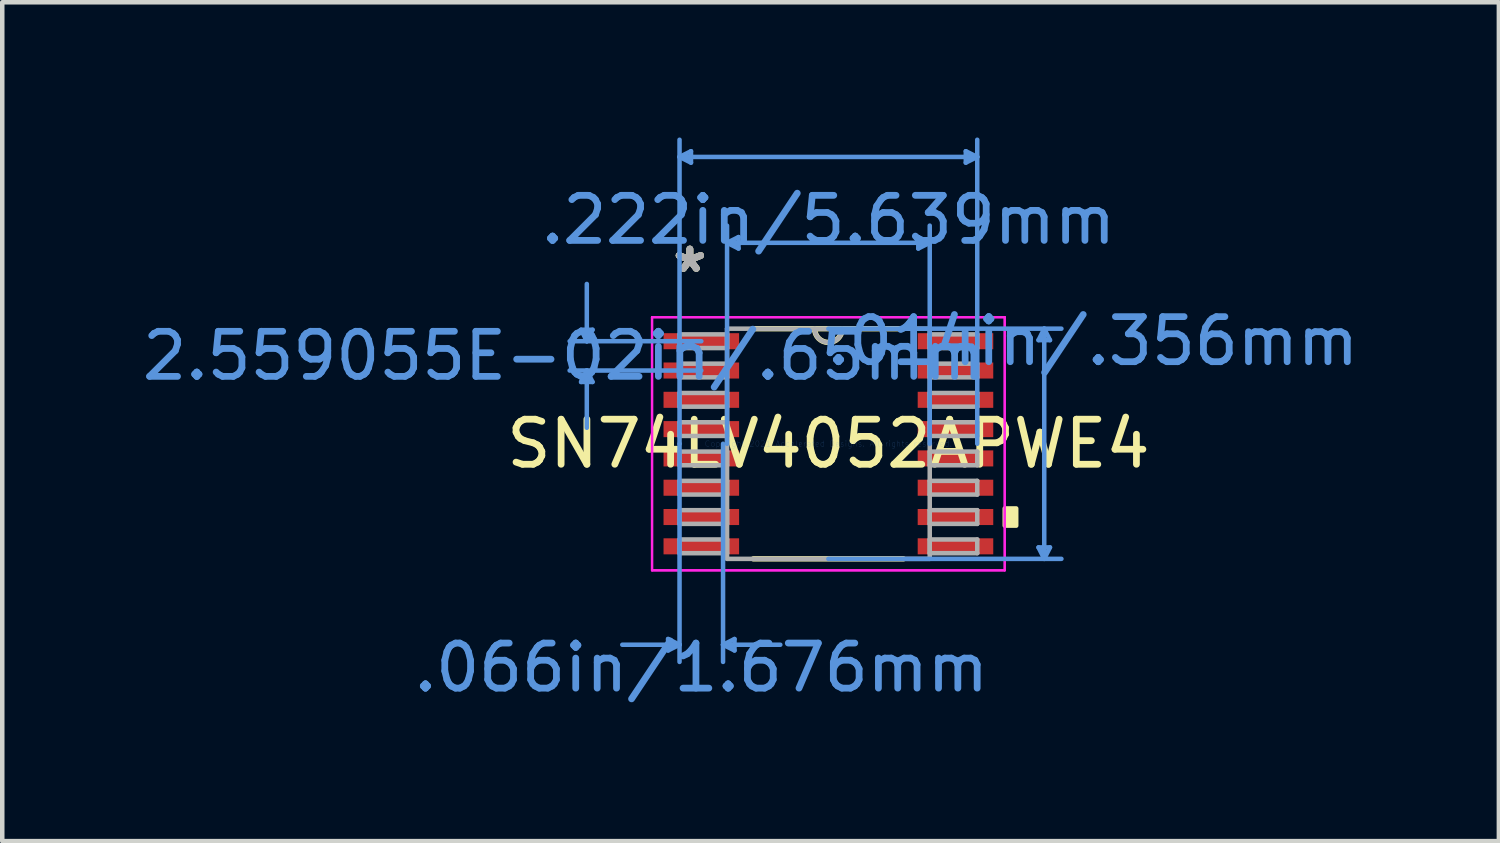
<source format=kicad_pcb>
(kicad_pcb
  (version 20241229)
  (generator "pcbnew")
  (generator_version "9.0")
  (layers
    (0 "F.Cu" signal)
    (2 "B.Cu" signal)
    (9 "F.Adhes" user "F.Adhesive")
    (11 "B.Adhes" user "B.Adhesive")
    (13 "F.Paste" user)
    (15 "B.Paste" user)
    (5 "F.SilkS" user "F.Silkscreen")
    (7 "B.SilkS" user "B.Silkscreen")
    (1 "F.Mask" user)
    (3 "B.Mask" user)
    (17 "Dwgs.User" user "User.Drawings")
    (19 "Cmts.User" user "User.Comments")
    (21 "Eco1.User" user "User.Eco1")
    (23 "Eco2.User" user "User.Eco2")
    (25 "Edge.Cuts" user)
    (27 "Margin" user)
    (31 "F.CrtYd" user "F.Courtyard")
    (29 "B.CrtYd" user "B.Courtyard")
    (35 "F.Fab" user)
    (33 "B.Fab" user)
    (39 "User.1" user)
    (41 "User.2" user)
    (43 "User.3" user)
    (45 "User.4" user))
  (footprint "SN74LV4052APWE4"
    (layer "F.Cu")
    (at 15.326 6.794)
    (property "Reference" "SN74LV4052APWE4" (at 0 0 0) (layer "F.SilkS") (effects (font (size 1 1) (thickness 0.15))))
    (attr through_hole)
    (fp_line (start -1.664 2.553) (end 1.664 2.553) (stroke (width 0.12) (type solid)) (layer "F.SilkS"))
    (fp_line (start 1.664 -2.553) (end -1.664 -2.553) (stroke (width 0.12) (type solid)) (layer "F.SilkS"))
    (fp_arc (start 0.3048 -2.5527) (mid 0 -2.2479) (end -0.3048 -2.5527) (stroke (width 0.12) (type solid)) (layer "F.SilkS"))
    (fp_poly (pts (xy 4.166 1.435) (xy 4.166 1.816) (xy 3.912 1.816) (xy 3.912 1.435)) (stroke (width 0.1) (type solid)) (fill yes) (layer "F.SilkS"))
    (fp_line (start -5.486 -2.529) (end -5.232 -2.529) (stroke (width 0.1) (type solid)) (layer "Cmts.User"))
    (fp_line (start -5.486 -1.371) (end -5.232 -1.371) (stroke (width 0.1) (type solid)) (layer "Cmts.User"))
    (fp_line (start -5.359 -2.275) (end -5.486 -2.529) (stroke (width 0.1) (type solid)) (layer "Cmts.User"))
    (fp_line (start -5.359 -2.275) (end -5.359 -3.545) (stroke (width 0.1) (type solid)) (layer "Cmts.User"))
    (fp_line (start -5.359 -2.275) (end -5.232 -2.529) (stroke (width 0.1) (type solid)) (layer "Cmts.User"))
    (fp_line (start -5.359 -1.625) (end -5.486 -1.371) (stroke (width 0.1) (type solid)) (layer "Cmts.User"))
    (fp_line (start -5.359 -1.625) (end -5.359 -0.355) (stroke (width 0.1) (type solid)) (layer "Cmts.User"))
    (fp_line (start -5.359 -1.625) (end -5.232 -1.371) (stroke (width 0.1) (type solid)) (layer "Cmts.User"))
    (fp_line (start -3.556 4.331) (end -3.556 4.585) (stroke (width 0.1) (type solid)) (layer "Cmts.User"))
    (fp_line (start -3.302 -6.363) (end -3.048 -6.49) (stroke (width 0.1) (type solid)) (layer "Cmts.User"))
    (fp_line (start -3.302 -6.363) (end -3.048 -6.236) (stroke (width 0.1) (type solid)) (layer "Cmts.User"))
    (fp_line (start -3.302 -6.363) (end 3.302 -6.363) (stroke (width 0.1) (type solid)) (layer "Cmts.User"))
    (fp_line (start -3.302 0) (end -3.302 -6.744) (stroke (width 0.1) (type solid)) (layer "Cmts.User"))
    (fp_line (start -3.302 0) (end -3.302 4.839) (stroke (width 0.1) (type solid)) (layer "Cmts.User"))
    (fp_line (start -3.302 4.458) (end -4.572 4.458) (stroke (width 0.1) (type solid)) (layer "Cmts.User"))
    (fp_line (start -3.302 4.458) (end -3.556 4.331) (stroke (width 0.1) (type solid)) (layer "Cmts.User"))
    (fp_line (start -3.302 4.458) (end -3.556 4.585) (stroke (width 0.1) (type solid)) (layer "Cmts.User"))
    (fp_line (start -3.048 -6.49) (end -3.048 -6.236) (stroke (width 0.1) (type solid)) (layer "Cmts.User"))
    (fp_line (start -2.819 -2.275) (end -5.74 -2.275) (stroke (width 0.1) (type solid)) (layer "Cmts.User"))
    (fp_line (start -2.819 -1.625) (end -5.74 -1.625) (stroke (width 0.1) (type solid)) (layer "Cmts.User"))
    (fp_line (start -2.337 0) (end -2.337 4.839) (stroke (width 0.1) (type solid)) (layer "Cmts.User"))
    (fp_line (start -2.337 4.458) (end -2.083 4.331) (stroke (width 0.1) (type solid)) (layer "Cmts.User"))
    (fp_line (start -2.337 4.458) (end -2.083 4.585) (stroke (width 0.1) (type solid)) (layer "Cmts.User"))
    (fp_line (start -2.337 4.458) (end -1.067 4.458) (stroke (width 0.1) (type solid)) (layer "Cmts.User"))
    (fp_line (start -2.248 -4.458) (end -1.994 -4.585) (stroke (width 0.1) (type solid)) (layer "Cmts.User"))
    (fp_line (start -2.248 -4.458) (end -1.994 -4.331) (stroke (width 0.1) (type solid)) (layer "Cmts.User"))
    (fp_line (start -2.248 -4.458) (end 2.248 -4.458) (stroke (width 0.1) (type solid)) (layer "Cmts.User"))
    (fp_line (start -2.248 0) (end -2.248 -4.839) (stroke (width 0.1) (type solid)) (layer "Cmts.User"))
    (fp_line (start -2.083 4.331) (end -2.083 4.585) (stroke (width 0.1) (type solid)) (layer "Cmts.User"))
    (fp_line (start -1.994 -4.585) (end -1.994 -4.331) (stroke (width 0.1) (type solid)) (layer "Cmts.User"))
    (fp_line (start 0 -2.553) (end 5.169 -2.553) (stroke (width 0.1) (type solid)) (layer "Cmts.User"))
    (fp_line (start 0 2.553) (end 5.169 2.553) (stroke (width 0.1) (type solid)) (layer "Cmts.User"))
    (fp_line (start 1.994 -4.585) (end 1.994 -4.331) (stroke (width 0.1) (type solid)) (layer "Cmts.User"))
    (fp_line (start 2.248 -4.458) (end 1.994 -4.585) (stroke (width 0.1) (type solid)) (layer "Cmts.User"))
    (fp_line (start 2.248 -4.458) (end 1.994 -4.331) (stroke (width 0.1) (type solid)) (layer "Cmts.User"))
    (fp_line (start 2.248 0) (end 2.248 -4.839) (stroke (width 0.1) (type solid)) (layer "Cmts.User"))
    (fp_line (start 3.048 -6.49) (end 3.048 -6.236) (stroke (width 0.1) (type solid)) (layer "Cmts.User"))
    (fp_line (start 3.302 -6.363) (end 3.048 -6.49) (stroke (width 0.1) (type solid)) (layer "Cmts.User"))
    (fp_line (start 3.302 -6.363) (end 3.048 -6.236) (stroke (width 0.1) (type solid)) (layer "Cmts.User"))
    (fp_line (start 3.302 0) (end 3.302 -6.744) (stroke (width 0.1) (type solid)) (layer "Cmts.User"))
    (fp_line (start 4.661 -2.299) (end 4.915 -2.299) (stroke (width 0.1) (type solid)) (layer "Cmts.User"))
    (fp_line (start 4.661 2.299) (end 4.915 2.299) (stroke (width 0.1) (type solid)) (layer "Cmts.User"))
    (fp_line (start 4.788 -2.553) (end 4.661 -2.299) (stroke (width 0.1) (type solid)) (layer "Cmts.User"))
    (fp_line (start 4.788 -2.553) (end 4.788 2.553) (stroke (width 0.1) (type solid)) (layer "Cmts.User"))
    (fp_line (start 4.788 -2.553) (end 4.915 -2.299) (stroke (width 0.1) (type solid)) (layer "Cmts.User"))
    (fp_line (start 4.788 2.553) (end 4.661 2.299) (stroke (width 0.1) (type solid)) (layer "Cmts.User"))
    (fp_line (start 4.788 2.553) (end 4.915 2.299) (stroke (width 0.1) (type solid)) (layer "Cmts.User"))
    (fp_line (start -3.912 -2.807) (end 3.912 -2.807) (stroke (width 0.05) (type solid)) (layer "F.CrtYd"))
    (fp_line (start -3.912 -2.807) (end 3.912 -2.807) (stroke (width 0.05) (type solid)) (layer "F.CrtYd"))
    (fp_line (start -3.912 2.807) (end -3.912 -2.807) (stroke (width 0.05) (type solid)) (layer "F.CrtYd"))
    (fp_line (start -3.912 2.807) (end -3.912 -2.807) (stroke (width 0.05) (type solid)) (layer "F.CrtYd"))
    (fp_line (start 3.912 -2.807) (end 3.912 2.807) (stroke (width 0.05) (type solid)) (layer "F.CrtYd"))
    (fp_line (start 3.912 -2.807) (end 3.912 2.807) (stroke (width 0.05) (type solid)) (layer "F.CrtYd"))
    (fp_line (start 3.912 2.807) (end -3.912 2.807) (stroke (width 0.05) (type solid)) (layer "F.CrtYd"))
    (fp_line (start 3.912 2.807) (end -3.912 2.807) (stroke (width 0.05) (type solid)) (layer "F.CrtYd"))
    (fp_line (start -3.302 -2.427) (end -3.302 -2.123) (stroke (width 0.1) (type solid)) (layer "F.Fab"))
    (fp_line (start -3.302 -2.123) (end -2.248 -2.123) (stroke (width 0.1) (type solid)) (layer "F.Fab"))
    (fp_line (start -3.302 -1.777) (end -3.302 -1.473) (stroke (width 0.1) (type solid)) (layer "F.Fab"))
    (fp_line (start -3.302 -1.473) (end -2.248 -1.473) (stroke (width 0.1) (type solid)) (layer "F.Fab"))
    (fp_line (start -3.302 -1.127) (end -3.302 -0.823) (stroke (width 0.1) (type solid)) (layer "F.Fab"))
    (fp_line (start -3.302 -0.823) (end -2.248 -0.823) (stroke (width 0.1) (type solid)) (layer "F.Fab"))
    (fp_line (start -3.302 -0.477) (end -3.302 -0.173) (stroke (width 0.1) (type solid)) (layer "F.Fab"))
    (fp_line (start -3.302 -0.173) (end -2.248 -0.173) (stroke (width 0.1) (type solid)) (layer "F.Fab"))
    (fp_line (start -3.302 0.173) (end -3.302 0.477) (stroke (width 0.1) (type solid)) (layer "F.Fab"))
    (fp_line (start -3.302 0.477) (end -2.248 0.477) (stroke (width 0.1) (type solid)) (layer "F.Fab"))
    (fp_line (start -3.302 0.823) (end -3.302 1.127) (stroke (width 0.1) (type solid)) (layer "F.Fab"))
    (fp_line (start -3.302 1.127) (end -2.248 1.127) (stroke (width 0.1) (type solid)) (layer "F.Fab"))
    (fp_line (start -3.302 1.473) (end -3.302 1.777) (stroke (width 0.1) (type solid)) (layer "F.Fab"))
    (fp_line (start -3.302 1.777) (end -2.248 1.777) (stroke (width 0.1) (type solid)) (layer "F.Fab"))
    (fp_line (start -3.302 2.123) (end -3.302 2.427) (stroke (width 0.1) (type solid)) (layer "F.Fab"))
    (fp_line (start -3.302 2.427) (end -2.248 2.427) (stroke (width 0.1) (type solid)) (layer "F.Fab"))
    (fp_line (start -2.248 -2.553) (end -2.248 2.553) (stroke (width 0.1) (type solid)) (layer "F.Fab"))
    (fp_line (start -2.248 -2.427) (end -3.302 -2.427) (stroke (width 0.1) (type solid)) (layer "F.Fab"))
    (fp_line (start -2.248 -2.123) (end -2.248 -2.427) (stroke (width 0.1) (type solid)) (layer "F.Fab"))
    (fp_line (start -2.248 -1.777) (end -3.302 -1.777) (stroke (width 0.1) (type solid)) (layer "F.Fab"))
    (fp_line (start -2.248 -1.473) (end -2.248 -1.777) (stroke (width 0.1) (type solid)) (layer "F.Fab"))
    (fp_line (start -2.248 -1.127) (end -3.302 -1.127) (stroke (width 0.1) (type solid)) (layer "F.Fab"))
    (fp_line (start -2.248 -0.823) (end -2.248 -1.127) (stroke (width 0.1) (type solid)) (layer "F.Fab"))
    (fp_line (start -2.248 -0.477) (end -3.302 -0.477) (stroke (width 0.1) (type solid)) (layer "F.Fab"))
    (fp_line (start -2.248 -0.173) (end -2.248 -0.477) (stroke (width 0.1) (type solid)) (layer "F.Fab"))
    (fp_line (start -2.248 0.173) (end -3.302 0.173) (stroke (width 0.1) (type solid)) (layer "F.Fab"))
    (fp_line (start -2.248 0.477) (end -2.248 0.173) (stroke (width 0.1) (type solid)) (layer "F.Fab"))
    (fp_line (start -2.248 0.823) (end -3.302 0.823) (stroke (width 0.1) (type solid)) (layer "F.Fab"))
    (fp_line (start -2.248 1.127) (end -2.248 0.823) (stroke (width 0.1) (type solid)) (layer "F.Fab"))
    (fp_line (start -2.248 1.473) (end -3.302 1.473) (stroke (width 0.1) (type solid)) (layer "F.Fab"))
    (fp_line (start -2.248 1.777) (end -2.248 1.473) (stroke (width 0.1) (type solid)) (layer "F.Fab"))
    (fp_line (start -2.248 2.123) (end -3.302 2.123) (stroke (width 0.1) (type solid)) (layer "F.Fab"))
    (fp_line (start -2.248 2.427) (end -2.248 2.123) (stroke (width 0.1) (type solid)) (layer "F.Fab"))
    (fp_line (start -2.248 2.553) (end 2.248 2.553) (stroke (width 0.1) (type solid)) (layer "F.Fab"))
    (fp_line (start 2.248 -2.553) (end -2.248 -2.553) (stroke (width 0.1) (type solid)) (layer "F.Fab"))
    (fp_line (start 2.248 -2.427) (end 2.248 -2.123) (stroke (width 0.1) (type solid)) (layer "F.Fab"))
    (fp_line (start 2.248 -2.123) (end 3.302 -2.123) (stroke (width 0.1) (type solid)) (layer "F.Fab"))
    (fp_line (start 2.248 -1.777) (end 2.248 -1.473) (stroke (width 0.1) (type solid)) (layer "F.Fab"))
    (fp_line (start 2.248 -1.473) (end 3.302 -1.473) (stroke (width 0.1) (type solid)) (layer "F.Fab"))
    (fp_line (start 2.248 -1.127) (end 2.248 -0.823) (stroke (width 0.1) (type solid)) (layer "F.Fab"))
    (fp_line (start 2.248 -0.823) (end 3.302 -0.823) (stroke (width 0.1) (type solid)) (layer "F.Fab"))
    (fp_line (start 2.248 -0.477) (end 2.248 -0.173) (stroke (width 0.1) (type solid)) (layer "F.Fab"))
    (fp_line (start 2.248 -0.173) (end 3.302 -0.173) (stroke (width 0.1) (type solid)) (layer "F.Fab"))
    (fp_line (start 2.248 0.173) (end 2.248 0.477) (stroke (width 0.1) (type solid)) (layer "F.Fab"))
    (fp_line (start 2.248 0.477) (end 3.302 0.477) (stroke (width 0.1) (type solid)) (layer "F.Fab"))
    (fp_line (start 2.248 0.823) (end 2.248 1.127) (stroke (width 0.1) (type solid)) (layer "F.Fab"))
    (fp_line (start 2.248 1.127) (end 3.302 1.127) (stroke (width 0.1) (type solid)) (layer "F.Fab"))
    (fp_line (start 2.248 1.473) (end 2.248 1.777) (stroke (width 0.1) (type solid)) (layer "F.Fab"))
    (fp_line (start 2.248 1.777) (end 3.302 1.777) (stroke (width 0.1) (type solid)) (layer "F.Fab"))
    (fp_line (start 2.248 2.123) (end 2.248 2.427) (stroke (width 0.1) (type solid)) (layer "F.Fab"))
    (fp_line (start 2.248 2.427) (end 3.302 2.427) (stroke (width 0.1) (type solid)) (layer "F.Fab"))
    (fp_line (start 2.248 2.553) (end 2.248 -2.553) (stroke (width 0.1) (type solid)) (layer "F.Fab"))
    (fp_line (start 3.302 -2.427) (end 2.248 -2.427) (stroke (width 0.1) (type solid)) (layer "F.Fab"))
    (fp_line (start 3.302 -2.123) (end 3.302 -2.427) (stroke (width 0.1) (type solid)) (layer "F.Fab"))
    (fp_line (start 3.302 -1.777) (end 2.248 -1.777) (stroke (width 0.1) (type solid)) (layer "F.Fab"))
    (fp_line (start 3.302 -1.473) (end 3.302 -1.777) (stroke (width 0.1) (type solid)) (layer "F.Fab"))
    (fp_line (start 3.302 -1.127) (end 2.248 -1.127) (stroke (width 0.1) (type solid)) (layer "F.Fab"))
    (fp_line (start 3.302 -0.823) (end 3.302 -1.127) (stroke (width 0.1) (type solid)) (layer "F.Fab"))
    (fp_line (start 3.302 -0.477) (end 2.248 -0.477) (stroke (width 0.1) (type solid)) (layer "F.Fab"))
    (fp_line (start 3.302 -0.173) (end 3.302 -0.477) (stroke (width 0.1) (type solid)) (layer "F.Fab"))
    (fp_line (start 3.302 0.173) (end 2.248 0.173) (stroke (width 0.1) (type solid)) (layer "F.Fab"))
    (fp_line (start 3.302 0.477) (end 3.302 0.173) (stroke (width 0.1) (type solid)) (layer "F.Fab"))
    (fp_line (start 3.302 0.823) (end 2.248 0.823) (stroke (width 0.1) (type solid)) (layer "F.Fab"))
    (fp_line (start 3.302 1.127) (end 3.302 0.823) (stroke (width 0.1) (type solid)) (layer "F.Fab"))
    (fp_line (start 3.302 1.473) (end 2.248 1.473) (stroke (width 0.1) (type solid)) (layer "F.Fab"))
    (fp_line (start 3.302 1.777) (end 3.302 1.473) (stroke (width 0.1) (type solid)) (layer "F.Fab"))
    (fp_line (start 3.302 2.123) (end 2.248 2.123) (stroke (width 0.1) (type solid)) (layer "F.Fab"))
    (fp_line (start 3.302 2.427) (end 3.302 2.123) (stroke (width 0.1) (type solid)) (layer "F.Fab"))
    (fp_arc (start 0.3048 -2.5527) (mid 0 -2.2479) (end -0.3048 -2.5527) (stroke (width 0.1) (type solid)) (layer "F.Fab"))
    (fp_text user "*" (at -3.073 -3.774 0) (layer "F.SilkS") (effects (font (size 1 1) (thickness 0.15))))
    (fp_text user "*" (at -3.073 -3.774 0) (layer "F.SilkS") (effects (font (size 1 1) (thickness 0.15))))
    (fp_text user ".014in/.356mm" (at 5.867 -2.275 0) (layer "Cmts.User") (effects (font (size 1 1) (thickness 0.15))))
    (fp_text user ".066in/1.676mm" (at -2.819 4.966 0) (layer "Cmts.User") (effects (font (size 1 1) (thickness 0.15))))
    (fp_text user "Copyright 2021 Accelerated Designs. All rights reserved." (at 0 0 0) (layer "Cmts.User") (effects (font (size 0.127 0.127) (thickness 0.002))))
    (fp_text user "2.559055E-02in/.65mm" (at -5.867 -1.95 0) (layer "Cmts.User") (effects (font (size 1 1) (thickness 0.15))))
    (fp_text user ".222in/5.639mm" (at 0 -4.966 0) (layer "Cmts.User") (effects (font (size 1 1) (thickness 0.15))))
    (fp_text user "*" (at -3.073 -3.774 0) (layer "F.Fab") (effects (font (size 1 1) (thickness 0.15))))
    (fp_text user "*" (at -3.073 -3.774 0) (layer "F.Fab") (effects (font (size 1 1) (thickness 0.15))))
    (pad "1" smd rect (at -2.819 -2.275) (size 1.676 0.356) (layers "F.Cu" "F.Mask" "F.Paste"))
    (pad "2" smd rect (at -2.819 -1.625) (size 1.676 0.356) (layers "F.Cu" "F.Mask" "F.Paste"))
    (pad "3" smd rect (at -2.819 -0.975) (size 1.676 0.356) (layers "F.Cu" "F.Mask" "F.Paste"))
    (pad "4" smd rect (at -2.819 -0.325) (size 1.676 0.356) (layers "F.Cu" "F.Mask" "F.Paste"))
    (pad "5" smd rect (at -2.819 0.325) (size 1.676 0.356) (layers "F.Cu" "F.Mask" "F.Paste"))
    (pad "6" smd rect (at -2.819 0.975) (size 1.676 0.356) (layers "F.Cu" "F.Mask" "F.Paste"))
    (pad "7" smd rect (at -2.819 1.625) (size 1.676 0.356) (layers "F.Cu" "F.Mask" "F.Paste"))
    (pad "8" smd rect (at -2.819 2.275) (size 1.676 0.356) (layers "F.Cu" "F.Mask" "F.Paste"))
    (pad "9" smd rect (at 2.819 2.275) (size 1.676 0.356) (layers "F.Cu" "F.Mask" "F.Paste"))
    (pad "10" smd rect (at 2.819 1.625) (size 1.676 0.356) (layers "F.Cu" "F.Mask" "F.Paste"))
    (pad "11" smd rect (at 2.819 0.975) (size 1.676 0.356) (layers "F.Cu" "F.Mask" "F.Paste"))
    (pad "12" smd rect (at 2.819 0.325) (size 1.676 0.356) (layers "F.Cu" "F.Mask" "F.Paste"))
    (pad "13" smd rect (at 2.819 -0.325) (size 1.676 0.356) (layers "F.Cu" "F.Mask" "F.Paste"))
    (pad "14" smd rect (at 2.819 -0.975) (size 1.676 0.356) (layers "F.Cu" "F.Mask" "F.Paste"))
    (pad "15" smd rect (at 2.819 -1.625) (size 1.676 0.356) (layers "F.Cu" "F.Mask" "F.Paste"))
    (pad "16" smd rect (at 2.819 -2.275) (size 1.676 0.356) (layers "F.Cu" "F.Mask" "F.Paste")))
  (gr_rect
    (start -3 -3)
    (end 30.199 15.608)
    (stroke (width 0.1) (type default))
    (fill no)
    (layer "Edge.Cuts")))
</source>
